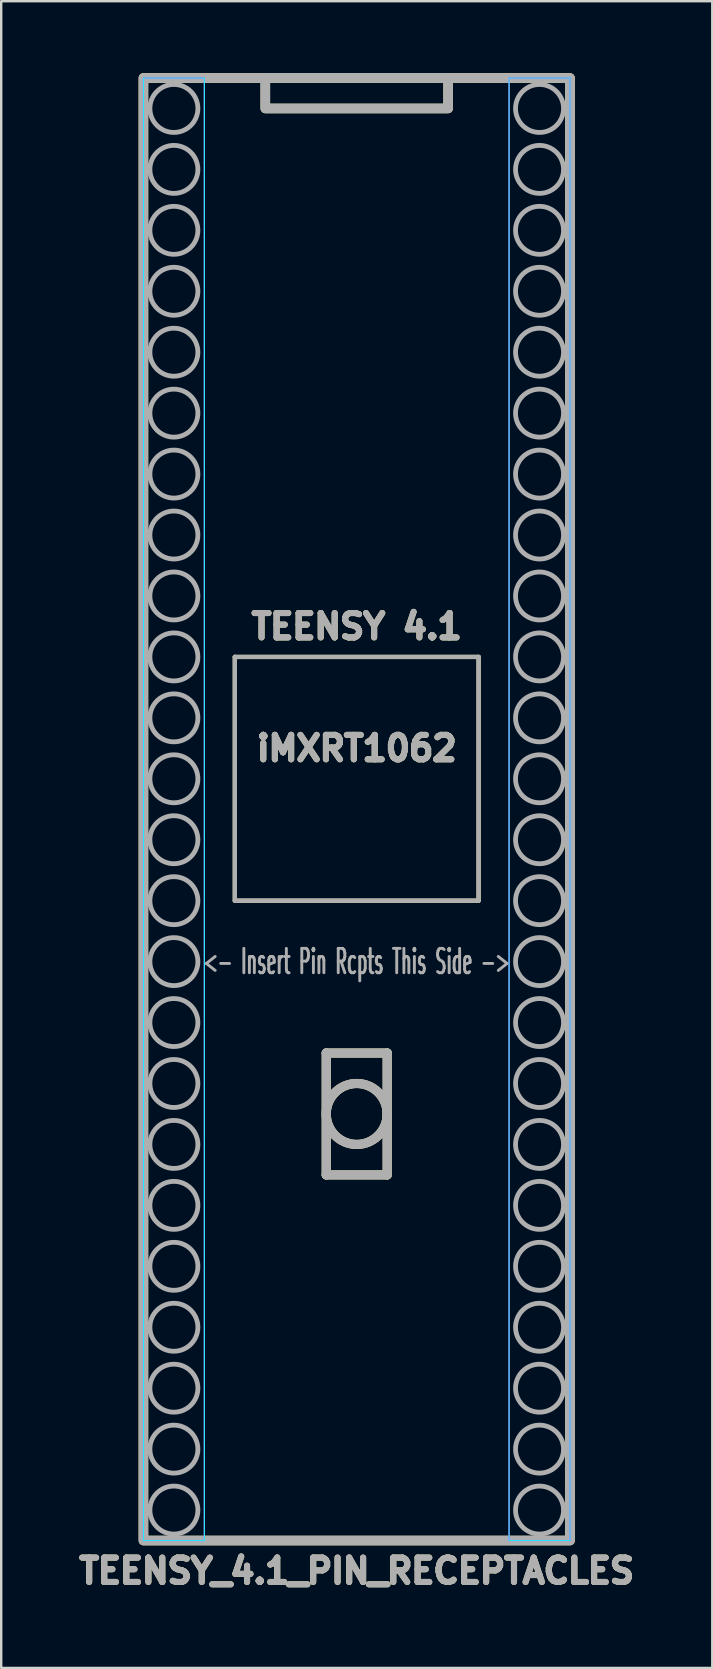
<source format=kicad_pcb>
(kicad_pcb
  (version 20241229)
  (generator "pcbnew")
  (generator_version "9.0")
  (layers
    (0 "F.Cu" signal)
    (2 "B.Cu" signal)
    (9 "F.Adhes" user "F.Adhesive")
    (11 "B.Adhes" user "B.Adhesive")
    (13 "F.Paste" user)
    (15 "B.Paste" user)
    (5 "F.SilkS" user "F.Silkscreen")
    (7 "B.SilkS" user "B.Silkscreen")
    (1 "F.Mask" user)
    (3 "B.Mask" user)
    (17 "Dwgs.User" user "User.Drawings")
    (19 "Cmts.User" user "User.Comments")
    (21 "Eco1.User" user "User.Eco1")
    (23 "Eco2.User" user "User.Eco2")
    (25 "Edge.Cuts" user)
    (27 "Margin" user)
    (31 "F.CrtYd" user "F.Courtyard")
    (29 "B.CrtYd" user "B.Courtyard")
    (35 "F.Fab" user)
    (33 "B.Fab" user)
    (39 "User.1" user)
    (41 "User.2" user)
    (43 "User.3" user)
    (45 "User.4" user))
  (footprint "TEENSY_4.1_PIN_RECEPTACLES"
    (layer "F.Cu")
    (at 11.818 17.98)
    (property "Reference" "TEENSY_4.1_PIN_RECEPTACLES" (at 0 44.45 0) (layer "F.SilkS") (effects (font (size 1.016 1.016) (thickness 0.254))))
    (attr through_hole)
    (fp_line (start -5.08 6.35) (end -5.08 16.51) (stroke (width 0.178) (type solid)) (layer "F.SilkS"))
    (fp_line (start -5.08 16.51) (end 5.08 16.51) (stroke (width 0.178) (type solid)) (layer "F.SilkS"))
    (fp_line (start -1.27 22.86) (end -1.27 27.94) (stroke (width 0.381) (type solid)) (layer "F.SilkS"))
    (fp_line (start -1.27 27.94) (end 1.27 27.94) (stroke (width 0.381) (type solid)) (layer "F.SilkS"))
    (fp_line (start 1.27 22.86) (end -1.27 22.86) (stroke (width 0.381) (type solid)) (layer "F.SilkS"))
    (fp_line (start 1.27 27.94) (end 1.27 22.86) (stroke (width 0.381) (type solid)) (layer "F.SilkS"))
    (fp_line (start 5.08 6.35) (end -5.08 6.35) (stroke (width 0.178) (type solid)) (layer "F.SilkS"))
    (fp_line (start 5.08 16.51) (end 5.08 6.35) (stroke (width 0.178) (type solid)) (layer "F.SilkS"))
    (fp_rect (start -8.89 -17.78) (end 8.89 43.18) (stroke (width 0.4) (type solid)) (fill no) (layer "F.SilkS"))
    (fp_rect (start -3.81 -17.78) (end 3.81 -16.51) (stroke (width 0.4) (type solid)) (fill no) (layer "F.SilkS"))
    (fp_circle (center 0 25.4) (end -1.27 25.4) (stroke (width 0.381) (type solid)) (fill no) (layer "F.SilkS"))
    (fp_rect (start -8.89 -17.78) (end -6.35 43.18) (stroke (width 0.05) (type default)) (fill no) (layer "B.CrtYd"))
    (fp_rect (start 6.35 -17.78) (end 8.89 43.18) (stroke (width 0.05) (type default)) (fill no) (layer "B.CrtYd"))
    (fp_rect (start -8.89 -17.78) (end -6.35 43.18) (stroke (width 0.05) (type default)) (fill no) (layer "F.CrtYd"))
    (fp_rect (start 6.35 -17.78) (end 8.89 43.18) (stroke (width 0.05) (type default)) (fill no) (layer "F.CrtYd"))
    (fp_line (start -5.08 6.35) (end -5.08 16.51) (stroke (width 0.178) (type solid)) (layer "F.Fab"))
    (fp_line (start -5.08 16.51) (end 5.08 16.51) (stroke (width 0.178) (type solid)) (layer "F.Fab"))
    (fp_line (start -1.27 22.86) (end -1.27 27.94) (stroke (width 0.381) (type solid)) (layer "F.Fab"))
    (fp_line (start -1.27 27.94) (end 1.27 27.94) (stroke (width 0.381) (type solid)) (layer "F.Fab"))
    (fp_line (start 1.27 22.86) (end -1.27 22.86) (stroke (width 0.381) (type solid)) (layer "F.Fab"))
    (fp_line (start 1.27 27.94) (end 1.27 22.86) (stroke (width 0.381) (type solid)) (layer "F.Fab"))
    (fp_line (start 5.08 6.35) (end -5.08 6.35) (stroke (width 0.178) (type solid)) (layer "F.Fab"))
    (fp_line (start 5.08 16.51) (end 5.08 6.35) (stroke (width 0.178) (type solid)) (layer "F.Fab"))
    (fp_rect (start -8.89 -17.78) (end 8.89 43.18) (stroke (width 0.4) (type solid)) (fill no) (layer "F.Fab"))
    (fp_rect (start -3.81 -17.78) (end 3.81 -16.51) (stroke (width 0.4) (type solid)) (fill no) (layer "F.Fab"))
    (fp_circle (center -7.62 -16.51) (end -6.62 -16.51) (stroke (width 0.2) (type solid)) (fill no) (layer "F.Fab"))
    (fp_circle (center -7.62 -13.97) (end -6.62 -13.97) (stroke (width 0.2) (type solid)) (fill no) (layer "F.Fab"))
    (fp_circle (center -7.62 -11.43) (end -6.62 -11.43) (stroke (width 0.2) (type solid)) (fill no) (layer "F.Fab"))
    (fp_circle (center -7.62 -8.89) (end -6.62 -8.89) (stroke (width 0.2) (type solid)) (fill no) (layer "F.Fab"))
    (fp_circle (center -7.62 -6.35) (end -6.62 -6.35) (stroke (width 0.2) (type solid)) (fill no) (layer "F.Fab"))
    (fp_circle (center -7.62 -3.81) (end -6.62 -3.81) (stroke (width 0.2) (type solid)) (fill no) (layer "F.Fab"))
    (fp_circle (center -7.62 -1.27) (end -6.62 -1.27) (stroke (width 0.2) (type solid)) (fill no) (layer "F.Fab"))
    (fp_circle (center -7.62 1.27) (end -6.62 1.27) (stroke (width 0.2) (type solid)) (fill no) (layer "F.Fab"))
    (fp_circle (center -7.62 3.81) (end -6.62 3.81) (stroke (width 0.2) (type solid)) (fill no) (layer "F.Fab"))
    (fp_circle (center -7.62 6.35) (end -6.62 6.35) (stroke (width 0.2) (type solid)) (fill no) (layer "F.Fab"))
    (fp_circle (center -7.62 8.89) (end -6.62 8.89) (stroke (width 0.2) (type solid)) (fill no) (layer "F.Fab"))
    (fp_circle (center -7.62 11.43) (end -6.62 11.43) (stroke (width 0.2) (type solid)) (fill no) (layer "F.Fab"))
    (fp_circle (center -7.62 13.97) (end -6.62 13.97) (stroke (width 0.2) (type solid)) (fill no) (layer "F.Fab"))
    (fp_circle (center -7.62 16.51) (end -6.62 16.51) (stroke (width 0.2) (type solid)) (fill no) (layer "F.Fab"))
    (fp_circle (center -7.62 19.05) (end -6.62 19.05) (stroke (width 0.2) (type solid)) (fill no) (layer "F.Fab"))
    (fp_circle (center -7.62 21.59) (end -6.62 21.59) (stroke (width 0.2) (type solid)) (fill no) (layer "F.Fab"))
    (fp_circle (center -7.62 24.13) (end -6.62 24.13) (stroke (width 0.2) (type solid)) (fill no) (layer "F.Fab"))
    (fp_circle (center -7.62 26.67) (end -6.62 26.67) (stroke (width 0.2) (type solid)) (fill no) (layer "F.Fab"))
    (fp_circle (center -7.62 29.21) (end -6.62 29.21) (stroke (width 0.2) (type solid)) (fill no) (layer "F.Fab"))
    (fp_circle (center -7.62 31.75) (end -6.62 31.75) (stroke (width 0.2) (type solid)) (fill no) (layer "F.Fab"))
    (fp_circle (center -7.62 34.29) (end -6.62 34.29) (stroke (width 0.2) (type solid)) (fill no) (layer "F.Fab"))
    (fp_circle (center -7.62 36.83) (end -6.62 36.83) (stroke (width 0.2) (type solid)) (fill no) (layer "F.Fab"))
    (fp_circle (center -7.62 39.37) (end -6.62 39.37) (stroke (width 0.2) (type solid)) (fill no) (layer "F.Fab"))
    (fp_circle (center -7.62 41.91) (end -6.62 41.91) (stroke (width 0.2) (type solid)) (fill no) (layer "F.Fab"))
    (fp_circle (center 0 25.4) (end 1.27 25.4) (stroke (width 0.381) (type solid)) (fill no) (layer "F.Fab"))
    (fp_circle (center 7.62 -16.51) (end 8.62 -16.51) (stroke (width 0.2) (type solid)) (fill no) (layer "F.Fab"))
    (fp_circle (center 7.62 -13.97) (end 8.62 -13.97) (stroke (width 0.2) (type solid)) (fill no) (layer "F.Fab"))
    (fp_circle (center 7.62 -11.43) (end 8.62 -11.43) (stroke (width 0.2) (type solid)) (fill no) (layer "F.Fab"))
    (fp_circle (center 7.62 -8.89) (end 8.62 -8.89) (stroke (width 0.2) (type solid)) (fill no) (layer "F.Fab"))
    (fp_circle (center 7.62 -6.35) (end 8.62 -6.35) (stroke (width 0.2) (type solid)) (fill no) (layer "F.Fab"))
    (fp_circle (center 7.62 -3.81) (end 8.62 -3.81) (stroke (width 0.2) (type solid)) (fill no) (layer "F.Fab"))
    (fp_circle (center 7.62 -1.27) (end 8.62 -1.27) (stroke (width 0.2) (type solid)) (fill no) (layer "F.Fab"))
    (fp_circle (center 7.62 1.27) (end 8.62 1.27) (stroke (width 0.2) (type solid)) (fill no) (layer "F.Fab"))
    (fp_circle (center 7.62 3.81) (end 8.62 3.81) (stroke (width 0.2) (type solid)) (fill no) (layer "F.Fab"))
    (fp_circle (center 7.62 6.35) (end 8.62 6.35) (stroke (width 0.2) (type solid)) (fill no) (layer "F.Fab"))
    (fp_circle (center 7.62 8.89) (end 8.62 8.89) (stroke (width 0.2) (type solid)) (fill no) (layer "F.Fab"))
    (fp_circle (center 7.62 11.43) (end 8.62 11.43) (stroke (width 0.2) (type solid)) (fill no) (layer "F.Fab"))
    (fp_circle (center 7.62 13.97) (end 8.62 13.97) (stroke (width 0.2) (type solid)) (fill no) (layer "F.Fab"))
    (fp_circle (center 7.62 16.51) (end 8.62 16.51) (stroke (width 0.2) (type solid)) (fill no) (layer "F.Fab"))
    (fp_circle (center 7.62 19.05) (end 8.62 19.05) (stroke (width 0.2) (type solid)) (fill no) (layer "F.Fab"))
    (fp_circle (center 7.62 21.59) (end 8.62 21.59) (stroke (width 0.2) (type solid)) (fill no) (layer "F.Fab"))
    (fp_circle (center 7.62 24.13) (end 8.62 24.13) (stroke (width 0.2) (type solid)) (fill no) (layer "F.Fab"))
    (fp_circle (center 7.62 26.67) (end 8.62 26.67) (stroke (width 0.2) (type solid)) (fill no) (layer "F.Fab"))
    (fp_circle (center 7.62 29.21) (end 8.62 29.21) (stroke (width 0.2) (type solid)) (fill no) (layer "F.Fab"))
    (fp_circle (center 7.62 31.75) (end 8.62 31.75) (stroke (width 0.2) (type solid)) (fill no) (layer "F.Fab"))
    (fp_circle (center 7.62 34.29) (end 8.62 34.29) (stroke (width 0.2) (type solid)) (fill no) (layer "F.Fab"))
    (fp_circle (center 7.62 36.83) (end 8.62 36.83) (stroke (width 0.2) (type solid)) (fill no) (layer "F.Fab"))
    (fp_circle (center 7.62 39.37) (end 8.62 39.37) (stroke (width 0.2) (type solid)) (fill no) (layer "F.Fab"))
    (fp_circle (center 7.62 41.91) (end 8.62 41.91) (stroke (width 0.2) (type solid)) (fill no) (layer "F.Fab"))
    (fp_text user "TEENSY 4.1" (at 0 5.08 0) (layer "F.SilkS") (effects (font (size 1.016 1.016) (thickness 0.254))))
    (fp_text user "iMXRT1062" (at 0 10.16 0) (layer "F.SilkS") (effects (font (size 1.016 1.016) (thickness 0.254))))
    (fp_text user "<- Insert Pin Rcpts This Side ->" (at 0 19.05 0) (layer "F.Fab") (effects (font (size 1.016 0.483) (thickness 0.121))))
    (fp_text user "TEENSY 4.1" (at 0 5.08 0) (layer "F.Fab") (effects (font (size 1.016 1.016) (thickness 0.254))))
    (fp_text user "iMXRT1062" (at 0 10.16 0) (layer "F.Fab") (effects (font (size 1.016 1.016) (thickness 0.254))))
    (fp_text user "${REFERENCE}" (at 0 44.45 0) (layer "F.Fab") (effects (font (size 1.016 1.016) (thickness 0.254)))))
  (gr_rect
    (start -3 -3)
    (end 26.637 66.47)
    (stroke (width 0.1) (type default))
    (fill no)
    (layer "Edge.Cuts")))
</source>
